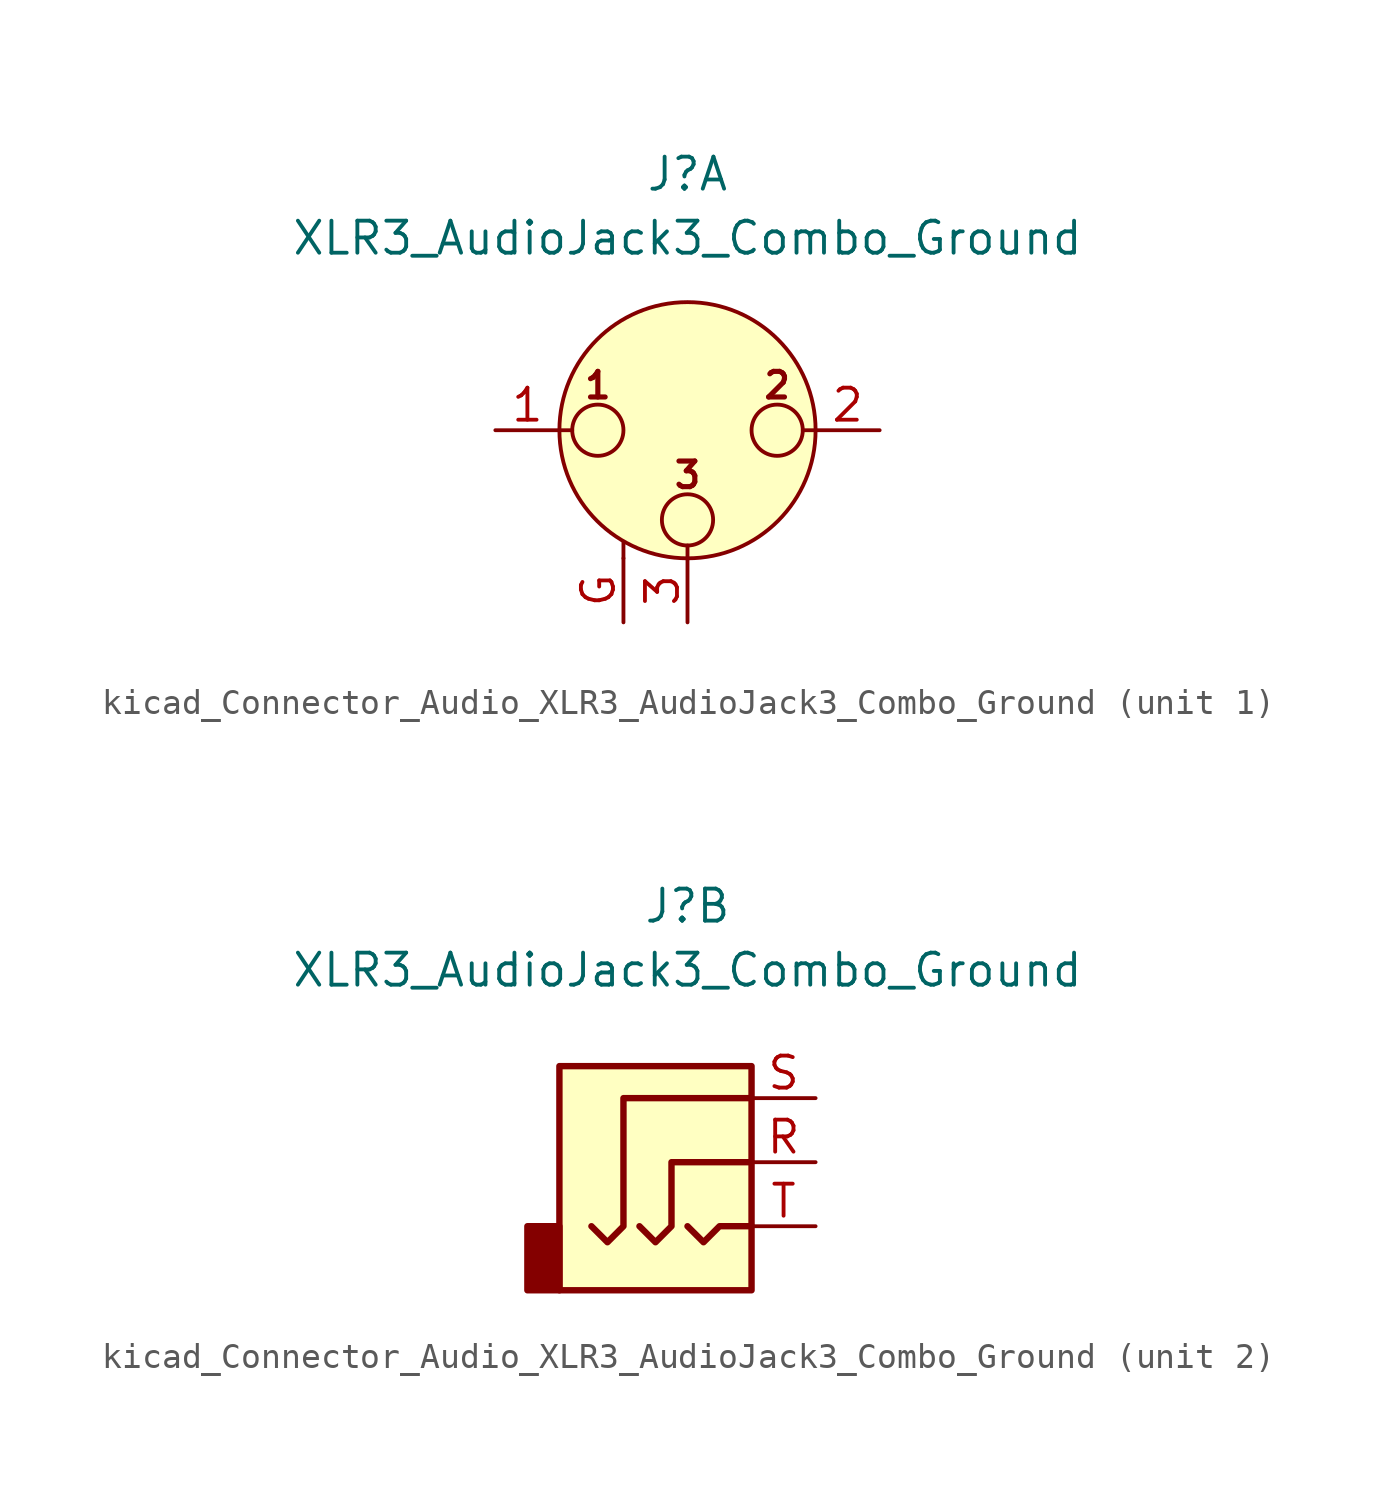
<source format=kicad_sym>
(kicad_symbol_lib
  (version 20220914)
  (generator kicad_symbol_editor)
  (symbol "kicad_Connector_Audio_XLR3_AudioJack3_Combo_Ground"
    (pin_names hide)
    (property "Reference" "J"
      (at 0 10.16 0)
      (effects (font (size 1.27 1.27))))
    (property "Value" "XLR3_AudioJack3_Combo_Ground"
      (at 0 7.62 0)
      (effects (font (size 1.27 1.27))))
    (symbol "kicad_Connector_Audio_XLR3_AudioJack3_Combo_Ground_1_1"
      (circle (center -3.556 0) (radius 1.016) (stroke (width 0) (type default)) (fill (type none)))
      (circle (center 0 -3.556) (radius 1.016) (stroke (width 0) (type default)) (fill (type none)))
      (polyline (pts (xy -5.08 0) (xy -4.572 0)) (stroke (width 0) (type default)) (fill (type none)))
      (polyline (pts (xy -2.54 -5.08) (xy -2.54 -4.445)) (stroke (width 0) (type default)) (fill (type none)))
      (polyline (pts (xy 0 -5.08) (xy 0 -4.572)) (stroke (width 0) (type default)) (fill (type none)))
      (polyline (pts (xy 5.08 0) (xy 4.572 0)) (stroke (width 0) (type default)) (fill (type none)))
      (circle (center 0 0) (radius 5.08) (stroke (width 0) (type default)) (fill (type background)))
      (circle (center 3.556 0) (radius 1.016) (stroke (width 0) (type default)) (fill (type none)))
      (text "1" (at -3.556 1.778 0) (effects (font (size 1.016 1.016) bold)))
      (text "2" (at 3.556 1.778 0) (effects (font (size 1.016 1.016) bold)))
      (text "3" (at 0 -1.778 0) (effects (font (size 1.016 1.016) bold)))
      (pin passive line (at -7.62 0 0) (length 2.54) (name "~" (effects (font (size 1.27 1.27)))) (number "1" (effects (font (size 1.27 1.27)))))
      (pin passive line (at 7.62 0 180) (length 2.54) (name "~" (effects (font (size 1.27 1.27)))) (number "2" (effects (font (size 1.27 1.27)))))
      (pin passive line (at 0 -7.62 90) (length 2.54) (name "~" (effects (font (size 1.27 1.27)))) (number "3" (effects (font (size 1.27 1.27)))))
      (pin passive line (at -2.54 -7.62 90) (length 2.54) (name "~" (effects (font (size 1.27 1.27)))) (number "G" (effects (font (size 1.27 1.27))))))
    (symbol "kicad_Connector_Audio_XLR3_AudioJack3_Combo_Ground_2_1"
      (rectangle (start -5.08 -2.54) (end -6.35 -5.08) (stroke (width 0.254) (type default)) (fill (type outline)))
      (polyline (pts (xy 0 -2.54) (xy 0.635 -3.175) (xy 1.27 -2.54) (xy 2.54 -2.54)) (stroke (width 0.254) (type default)) (fill (type none)))
      (polyline (pts (xy -1.905 -2.54) (xy -1.27 -3.175) (xy -0.635 -2.54) (xy -0.635 0) (xy 2.54 0)) (stroke (width 0.254) (type default)) (fill (type none)))
      (polyline (pts (xy 2.54 2.54) (xy -2.54 2.54) (xy -2.54 -2.54) (xy -3.175 -3.175) (xy -3.81 -2.54)) (stroke (width 0.254) (type default)) (fill (type none)))
      (rectangle (start 2.54 3.81) (end -5.08 -5.08) (stroke (width 0.254) (type default)) (fill (type background)))
      (pin passive line (at 5.08 0 180) (length 2.54) (name "~" (effects (font (size 1.27 1.27)))) (number "R" (effects (font (size 1.27 1.27)))))
      (pin passive line (at 5.08 2.54 180) (length 2.54) (name "~" (effects (font (size 1.27 1.27)))) (number "S" (effects (font (size 1.27 1.27)))))
      (pin passive line (at 5.08 -2.54 180) (length 2.54) (name "~" (effects (font (size 1.27 1.27)))) (number "T" (effects (font (size 1.27 1.27))))))))
</source>
